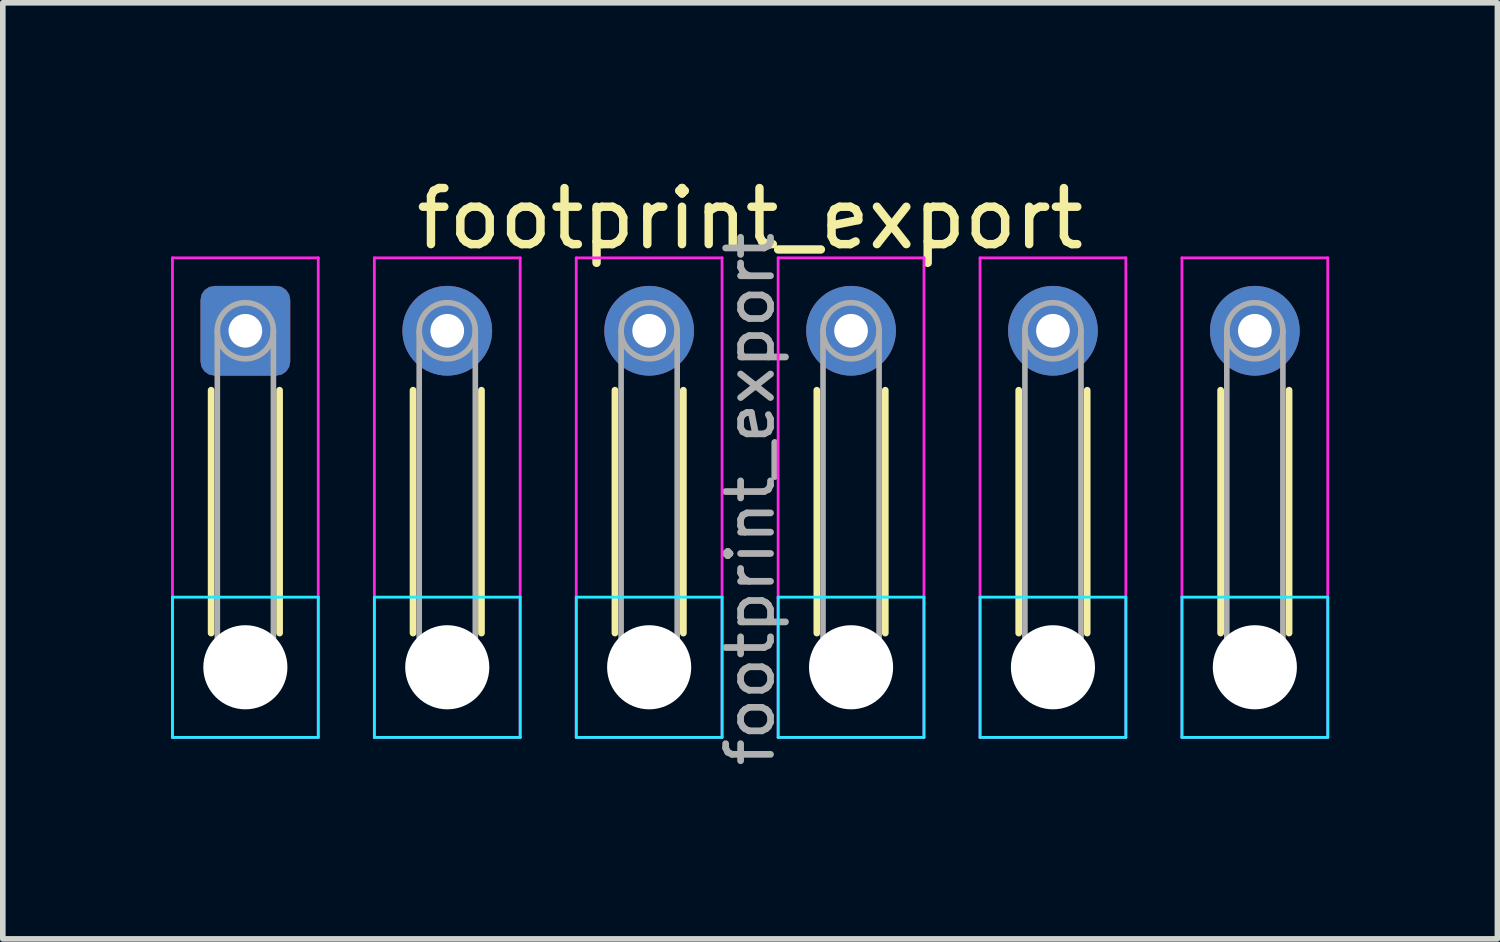
<source format=kicad_pcb>
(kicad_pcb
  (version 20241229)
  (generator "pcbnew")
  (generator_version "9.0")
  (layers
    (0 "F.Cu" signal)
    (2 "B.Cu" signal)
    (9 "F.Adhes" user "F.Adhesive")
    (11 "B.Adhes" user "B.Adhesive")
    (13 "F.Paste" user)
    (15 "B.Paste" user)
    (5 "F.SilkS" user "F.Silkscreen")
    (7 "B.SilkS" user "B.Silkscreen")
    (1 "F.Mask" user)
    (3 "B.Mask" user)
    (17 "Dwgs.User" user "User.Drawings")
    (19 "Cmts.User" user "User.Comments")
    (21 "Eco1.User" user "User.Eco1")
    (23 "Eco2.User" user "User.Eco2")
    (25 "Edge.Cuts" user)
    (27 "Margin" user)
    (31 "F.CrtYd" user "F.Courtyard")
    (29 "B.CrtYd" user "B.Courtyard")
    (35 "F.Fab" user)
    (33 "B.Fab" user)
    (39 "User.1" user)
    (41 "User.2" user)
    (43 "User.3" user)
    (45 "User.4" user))
  (footprint "footprint_export"
    (layer "F.Cu")
    (at 1.325 2.848)
    (property "Reference" "footprint_export" (at 9 -2 0) (layer "F.SilkS") (effects (font (size 1 1) (thickness 0.15))))
    (attr exclude_from_pos_files exclude_from_bom)
    (fp_line (start -0.61 1.06) (end -0.61 5.39) (stroke (width 0.12) (type solid)) (layer "F.SilkS"))
    (fp_line (start 0.61 1.06) (end 0.61 5.39) (stroke (width 0.12) (type solid)) (layer "F.SilkS"))
    (fp_line (start 2.99 1.06) (end 2.99 5.39) (stroke (width 0.12) (type solid)) (layer "F.SilkS"))
    (fp_line (start 4.21 1.06) (end 4.21 5.39) (stroke (width 0.12) (type solid)) (layer "F.SilkS"))
    (fp_line (start 6.59 1.06) (end 6.59 5.39) (stroke (width 0.12) (type solid)) (layer "F.SilkS"))
    (fp_line (start 7.81 1.06) (end 7.81 5.39) (stroke (width 0.12) (type solid)) (layer "F.SilkS"))
    (fp_line (start 10.19 1.06) (end 10.19 5.39) (stroke (width 0.12) (type solid)) (layer "F.SilkS"))
    (fp_line (start 11.41 1.06) (end 11.41 5.39) (stroke (width 0.12) (type solid)) (layer "F.SilkS"))
    (fp_line (start 13.79 1.06) (end 13.79 5.39) (stroke (width 0.12) (type solid)) (layer "F.SilkS"))
    (fp_line (start 15.01 1.06) (end 15.01 5.39) (stroke (width 0.12) (type solid)) (layer "F.SilkS"))
    (fp_line (start 17.39 1.06) (end 17.39 5.39) (stroke (width 0.12) (type solid)) (layer "F.SilkS"))
    (fp_line (start 18.61 1.06) (end 18.61 5.39) (stroke (width 0.12) (type solid)) (layer "F.SilkS"))
    (fp_line (start -1.3 4.75) (end -1.3 7.25) (stroke (width 0.05) (type solid)) (layer "B.CrtYd"))
    (fp_line (start -1.3 7.25) (end 1.3 7.25) (stroke (width 0.05) (type solid)) (layer "B.CrtYd"))
    (fp_line (start 1.3 4.75) (end -1.3 4.75) (stroke (width 0.05) (type solid)) (layer "B.CrtYd"))
    (fp_line (start 1.3 7.25) (end 1.3 4.75) (stroke (width 0.05) (type solid)) (layer "B.CrtYd"))
    (fp_line (start 2.3 4.75) (end 2.3 7.25) (stroke (width 0.05) (type solid)) (layer "B.CrtYd"))
    (fp_line (start 2.3 7.25) (end 4.9 7.25) (stroke (width 0.05) (type solid)) (layer "B.CrtYd"))
    (fp_line (start 4.9 4.75) (end 2.3 4.75) (stroke (width 0.05) (type solid)) (layer "B.CrtYd"))
    (fp_line (start 4.9 7.25) (end 4.9 4.75) (stroke (width 0.05) (type solid)) (layer "B.CrtYd"))
    (fp_line (start 5.9 4.75) (end 5.9 7.25) (stroke (width 0.05) (type solid)) (layer "B.CrtYd"))
    (fp_line (start 5.9 7.25) (end 8.5 7.25) (stroke (width 0.05) (type solid)) (layer "B.CrtYd"))
    (fp_line (start 8.5 4.75) (end 5.9 4.75) (stroke (width 0.05) (type solid)) (layer "B.CrtYd"))
    (fp_line (start 8.5 7.25) (end 8.5 4.75) (stroke (width 0.05) (type solid)) (layer "B.CrtYd"))
    (fp_line (start 9.5 4.75) (end 9.5 7.25) (stroke (width 0.05) (type solid)) (layer "B.CrtYd"))
    (fp_line (start 9.5 7.25) (end 12.1 7.25) (stroke (width 0.05) (type solid)) (layer "B.CrtYd"))
    (fp_line (start 12.1 4.75) (end 9.5 4.75) (stroke (width 0.05) (type solid)) (layer "B.CrtYd"))
    (fp_line (start 12.1 7.25) (end 12.1 4.75) (stroke (width 0.05) (type solid)) (layer "B.CrtYd"))
    (fp_line (start 13.1 4.75) (end 13.1 7.25) (stroke (width 0.05) (type solid)) (layer "B.CrtYd"))
    (fp_line (start 13.1 7.25) (end 15.7 7.25) (stroke (width 0.05) (type solid)) (layer "B.CrtYd"))
    (fp_line (start 15.7 4.75) (end 13.1 4.75) (stroke (width 0.05) (type solid)) (layer "B.CrtYd"))
    (fp_line (start 15.7 7.25) (end 15.7 4.75) (stroke (width 0.05) (type solid)) (layer "B.CrtYd"))
    (fp_line (start 16.7 4.75) (end 16.7 7.25) (stroke (width 0.05) (type solid)) (layer "B.CrtYd"))
    (fp_line (start 16.7 7.25) (end 19.3 7.25) (stroke (width 0.05) (type solid)) (layer "B.CrtYd"))
    (fp_line (start 19.3 4.75) (end 16.7 4.75) (stroke (width 0.05) (type solid)) (layer "B.CrtYd"))
    (fp_line (start 19.3 7.25) (end 19.3 4.75) (stroke (width 0.05) (type solid)) (layer "B.CrtYd"))
    (fp_line (start -1.3 -1.3) (end -1.3 7.25) (stroke (width 0.05) (type solid)) (layer "F.CrtYd"))
    (fp_line (start -1.3 7.25) (end 1.3 7.25) (stroke (width 0.05) (type solid)) (layer "F.CrtYd"))
    (fp_line (start 1.3 -1.3) (end -1.3 -1.3) (stroke (width 0.05) (type solid)) (layer "F.CrtYd"))
    (fp_line (start 1.3 7.25) (end 1.3 -1.3) (stroke (width 0.05) (type solid)) (layer "F.CrtYd"))
    (fp_line (start 2.3 -1.3) (end 2.3 7.25) (stroke (width 0.05) (type solid)) (layer "F.CrtYd"))
    (fp_line (start 2.3 7.25) (end 4.9 7.25) (stroke (width 0.05) (type solid)) (layer "F.CrtYd"))
    (fp_line (start 4.9 -1.3) (end 2.3 -1.3) (stroke (width 0.05) (type solid)) (layer "F.CrtYd"))
    (fp_line (start 4.9 7.25) (end 4.9 -1.3) (stroke (width 0.05) (type solid)) (layer "F.CrtYd"))
    (fp_line (start 5.9 -1.3) (end 5.9 7.25) (stroke (width 0.05) (type solid)) (layer "F.CrtYd"))
    (fp_line (start 5.9 7.25) (end 8.5 7.25) (stroke (width 0.05) (type solid)) (layer "F.CrtYd"))
    (fp_line (start 8.5 -1.3) (end 5.9 -1.3) (stroke (width 0.05) (type solid)) (layer "F.CrtYd"))
    (fp_line (start 8.5 7.25) (end 8.5 -1.3) (stroke (width 0.05) (type solid)) (layer "F.CrtYd"))
    (fp_line (start 9.5 -1.3) (end 9.5 7.25) (stroke (width 0.05) (type solid)) (layer "F.CrtYd"))
    (fp_line (start 9.5 7.25) (end 12.1 7.25) (stroke (width 0.05) (type solid)) (layer "F.CrtYd"))
    (fp_line (start 12.1 -1.3) (end 9.5 -1.3) (stroke (width 0.05) (type solid)) (layer "F.CrtYd"))
    (fp_line (start 12.1 7.25) (end 12.1 -1.3) (stroke (width 0.05) (type solid)) (layer "F.CrtYd"))
    (fp_line (start 13.1 -1.3) (end 13.1 7.25) (stroke (width 0.05) (type solid)) (layer "F.CrtYd"))
    (fp_line (start 13.1 7.25) (end 15.7 7.25) (stroke (width 0.05) (type solid)) (layer "F.CrtYd"))
    (fp_line (start 15.7 -1.3) (end 13.1 -1.3) (stroke (width 0.05) (type solid)) (layer "F.CrtYd"))
    (fp_line (start 15.7 7.25) (end 15.7 -1.3) (stroke (width 0.05) (type solid)) (layer "F.CrtYd"))
    (fp_line (start 16.7 -1.3) (end 16.7 7.25) (stroke (width 0.05) (type solid)) (layer "F.CrtYd"))
    (fp_line (start 16.7 7.25) (end 19.3 7.25) (stroke (width 0.05) (type solid)) (layer "F.CrtYd"))
    (fp_line (start 19.3 -1.3) (end 16.7 -1.3) (stroke (width 0.05) (type solid)) (layer "F.CrtYd"))
    (fp_line (start 19.3 7.25) (end 19.3 -1.3) (stroke (width 0.05) (type solid)) (layer "F.CrtYd"))
    (fp_line (start -0.5 0) (end -0.5 6) (stroke (width 0.1) (type solid)) (layer "F.Fab"))
    (fp_line (start 0.5 0) (end 0.5 6) (stroke (width 0.1) (type solid)) (layer "F.Fab"))
    (fp_line (start 3.1 0) (end 3.1 6) (stroke (width 0.1) (type solid)) (layer "F.Fab"))
    (fp_line (start 4.1 0) (end 4.1 6) (stroke (width 0.1) (type solid)) (layer "F.Fab"))
    (fp_line (start 6.7 0) (end 6.7 6) (stroke (width 0.1) (type solid)) (layer "F.Fab"))
    (fp_line (start 7.7 0) (end 7.7 6) (stroke (width 0.1) (type solid)) (layer "F.Fab"))
    (fp_line (start 10.3 0) (end 10.3 6) (stroke (width 0.1) (type solid)) (layer "F.Fab"))
    (fp_line (start 11.3 0) (end 11.3 6) (stroke (width 0.1) (type solid)) (layer "F.Fab"))
    (fp_line (start 13.9 0) (end 13.9 6) (stroke (width 0.1) (type solid)) (layer "F.Fab"))
    (fp_line (start 14.9 0) (end 14.9 6) (stroke (width 0.1) (type solid)) (layer "F.Fab"))
    (fp_line (start 17.5 0) (end 17.5 6) (stroke (width 0.1) (type solid)) (layer "F.Fab"))
    (fp_line (start 18.5 0) (end 18.5 6) (stroke (width 0.1) (type solid)) (layer "F.Fab"))
    (fp_circle (center 0 0) (end 0.5 0) (stroke (width 0.1) (type solid)) (fill no) (layer "F.Fab"))
    (fp_circle (center 0 6) (end 0.5 6) (stroke (width 0.1) (type solid)) (fill no) (layer "F.Fab"))
    (fp_circle (center 3.6 0) (end 4.1 0) (stroke (width 0.1) (type solid)) (fill no) (layer "F.Fab"))
    (fp_circle (center 3.6 6) (end 4.1 6) (stroke (width 0.1) (type solid)) (fill no) (layer "F.Fab"))
    (fp_circle (center 7.2 0) (end 7.7 0) (stroke (width 0.1) (type solid)) (fill no) (layer "F.Fab"))
    (fp_circle (center 7.2 6) (end 7.7 6) (stroke (width 0.1) (type solid)) (fill no) (layer "F.Fab"))
    (fp_circle (center 10.8 0) (end 11.3 0) (stroke (width 0.1) (type solid)) (fill no) (layer "F.Fab"))
    (fp_circle (center 10.8 6) (end 11.3 6) (stroke (width 0.1) (type solid)) (fill no) (layer "F.Fab"))
    (fp_circle (center 14.4 0) (end 14.9 0) (stroke (width 0.1) (type solid)) (fill no) (layer "F.Fab"))
    (fp_circle (center 14.4 6) (end 14.9 6) (stroke (width 0.1) (type solid)) (fill no) (layer "F.Fab"))
    (fp_circle (center 18 0) (end 18.5 0) (stroke (width 0.1) (type solid)) (fill no) (layer "F.Fab"))
    (fp_circle (center 18 6) (end 18.5 6) (stroke (width 0.1) (type solid)) (fill no) (layer "F.Fab"))
    (fp_text user "${REFERENCE}" (at 9 3 90) (layer "F.Fab") (effects (font (size 0.8 0.8) (thickness 0.12))))
    (pad "" np_thru_hole circle (at 0 6) (size 1.5 1.5) (drill 1.5) (layers "*.Cu" "*.Mask"))
    (pad "" np_thru_hole circle (at 3.6 6) (size 1.5 1.5) (drill 1.5) (layers "*.Cu" "*.Mask"))
    (pad "" np_thru_hole circle (at 7.2 6) (size 1.5 1.5) (drill 1.5) (layers "*.Cu" "*.Mask"))
    (pad "" np_thru_hole circle (at 10.8 6) (size 1.5 1.5) (drill 1.5) (layers "*.Cu" "*.Mask"))
    (pad "" np_thru_hole circle (at 14.4 6) (size 1.5 1.5) (drill 1.5) (layers "*.Cu" "*.Mask"))
    (pad "" np_thru_hole circle (at 18 6) (size 1.5 1.5) (drill 1.5) (layers "*.Cu" "*.Mask"))
    (pad "1" thru_hole roundrect (at 0 0) (size 1.6 1.6) (drill 0.6) (layers "*.Cu" "*.Mask") (roundrect_rratio 0.156))
    (pad "2" thru_hole circle (at 3.6 0) (size 1.6 1.6) (drill 0.6) (layers "*.Cu" "*.Mask"))
    (pad "3" thru_hole circle (at 7.2 0) (size 1.6 1.6) (drill 0.6) (layers "*.Cu" "*.Mask"))
    (pad "4" thru_hole circle (at 10.8 0) (size 1.6 1.6) (drill 0.6) (layers "*.Cu" "*.Mask"))
    (pad "5" thru_hole circle (at 14.4 0) (size 1.6 1.6) (drill 0.6) (layers "*.Cu" "*.Mask"))
    (pad "6" thru_hole circle (at 18 0) (size 1.6 1.6) (drill 0.6) (layers "*.Cu" "*.Mask")))
  (gr_rect
    (start -3 -3)
    (end 23.65 13.691)
    (stroke (width 0.1) (type default))
    (fill no)
    (layer "Edge.Cuts")))
</source>
